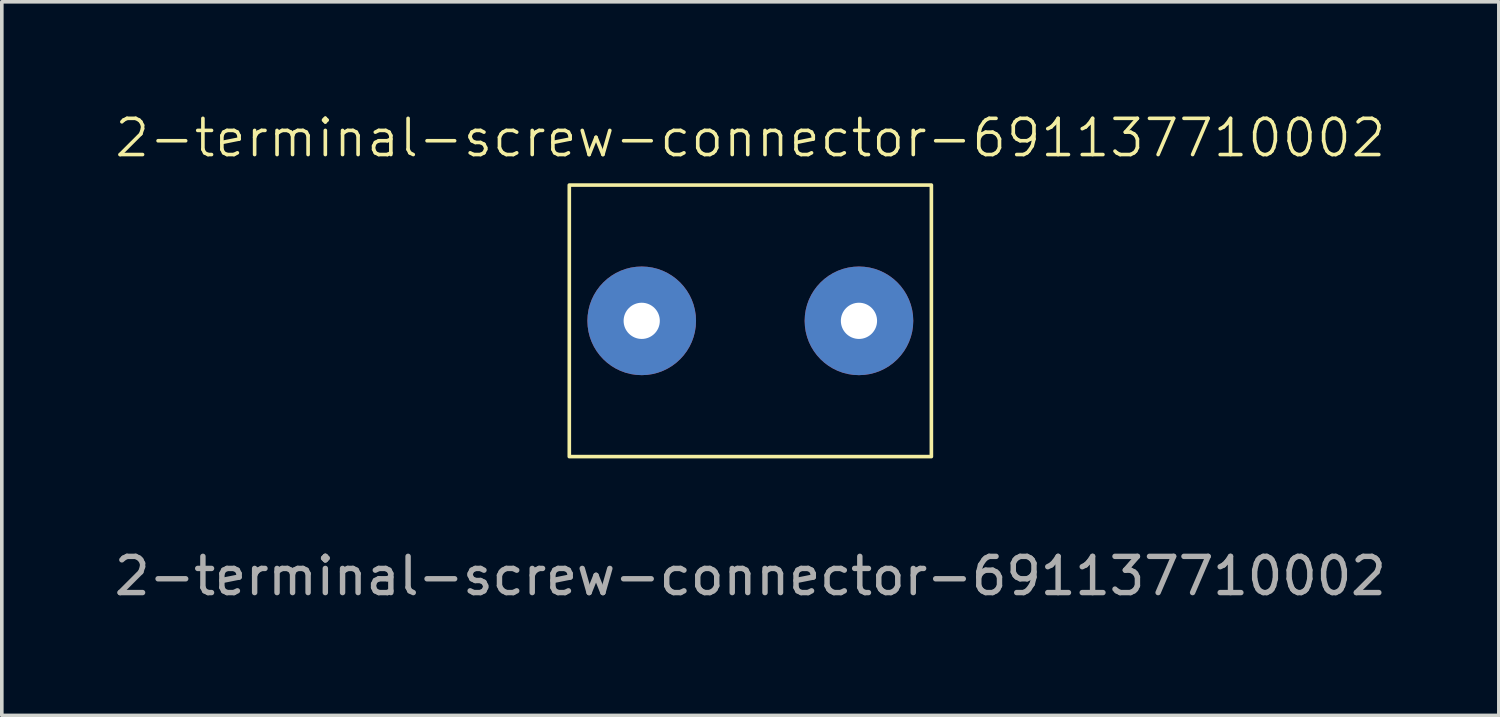
<source format=kicad_pcb>
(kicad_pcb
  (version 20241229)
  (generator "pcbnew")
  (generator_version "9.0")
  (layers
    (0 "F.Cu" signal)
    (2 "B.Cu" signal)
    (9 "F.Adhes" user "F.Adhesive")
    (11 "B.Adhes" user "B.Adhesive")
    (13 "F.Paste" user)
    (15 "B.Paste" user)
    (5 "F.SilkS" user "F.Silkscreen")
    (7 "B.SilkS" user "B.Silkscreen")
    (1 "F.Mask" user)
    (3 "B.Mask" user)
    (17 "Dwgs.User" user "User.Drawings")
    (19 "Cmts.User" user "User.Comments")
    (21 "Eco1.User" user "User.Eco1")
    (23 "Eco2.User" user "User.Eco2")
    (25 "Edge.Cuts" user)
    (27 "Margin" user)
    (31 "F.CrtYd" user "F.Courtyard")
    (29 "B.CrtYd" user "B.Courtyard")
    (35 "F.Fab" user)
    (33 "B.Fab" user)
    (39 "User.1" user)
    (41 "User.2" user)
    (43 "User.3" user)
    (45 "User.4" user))
  (footprint "2-terminal-screw-connector-691137710002"
    (layer "F.Cu")
    (at 17.673 5.811)
    (property "Reference" "2-terminal-screw-connector-691137710002" (at 0 -5.05 0) (unlocked yes) (layer "F.SilkS") (effects (font (size 1 1) (thickness 0.1))))
    (attr through_hole)
    (fp_rect (start -5 -3.75) (end 5 3.75) (stroke (width 0.1) (type default)) (fill no) (layer "F.SilkS"))
    (fp_text user "${REFERENCE}" (at 0 7.05 0) (unlocked yes) (layer "F.Fab") (effects (font (size 1 1) (thickness 0.15))))
    (pad "1" thru_hole circle (at -3 0) (size 3 3) (drill 1) (layers "*.Cu" "*.Mask"))
    (pad "2" thru_hole circle (at 3 0) (size 3 3) (drill 1) (layers "*.Cu" "*.Mask"))
    (zone (net_name "") (layer "F.Cu") (hatch edge 0.5) (connect_pads) (min_thickness 0.25) (filled_areas_thickness no) (keepout (tracks allowed) (vias allowed) (pads allowed) (copperpour allowed) (footprints not_allowed)) (placement (enabled no)) (fill) (polygon (pts (xy 12.673 2.061) (xy 22.673 2.061) (xy 22.673 9.56) (xy 12.673 9.56)))))
  (gr_rect
    (start -3 -3)
    (end 38.345 16.709)
    (stroke (width 0.1) (type default))
    (fill no)
    (layer "Edge.Cuts")))
</source>
